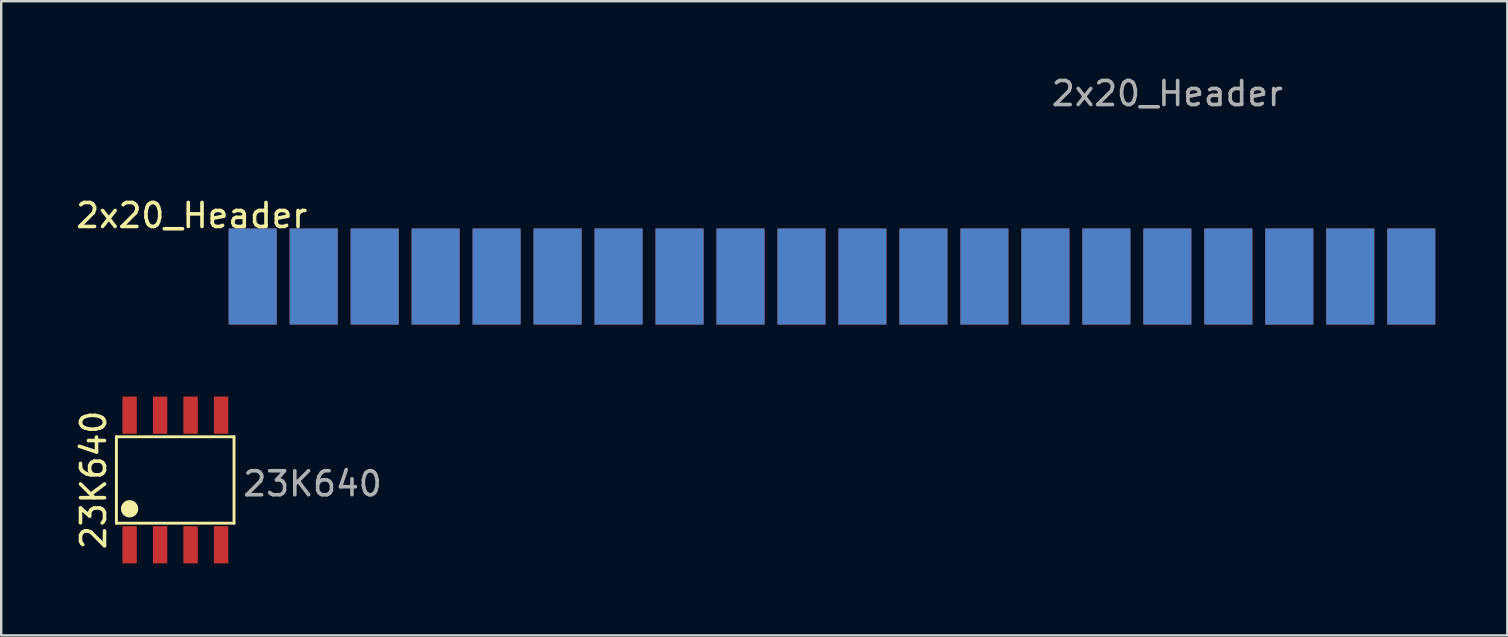
<source format=kicad_pcb>
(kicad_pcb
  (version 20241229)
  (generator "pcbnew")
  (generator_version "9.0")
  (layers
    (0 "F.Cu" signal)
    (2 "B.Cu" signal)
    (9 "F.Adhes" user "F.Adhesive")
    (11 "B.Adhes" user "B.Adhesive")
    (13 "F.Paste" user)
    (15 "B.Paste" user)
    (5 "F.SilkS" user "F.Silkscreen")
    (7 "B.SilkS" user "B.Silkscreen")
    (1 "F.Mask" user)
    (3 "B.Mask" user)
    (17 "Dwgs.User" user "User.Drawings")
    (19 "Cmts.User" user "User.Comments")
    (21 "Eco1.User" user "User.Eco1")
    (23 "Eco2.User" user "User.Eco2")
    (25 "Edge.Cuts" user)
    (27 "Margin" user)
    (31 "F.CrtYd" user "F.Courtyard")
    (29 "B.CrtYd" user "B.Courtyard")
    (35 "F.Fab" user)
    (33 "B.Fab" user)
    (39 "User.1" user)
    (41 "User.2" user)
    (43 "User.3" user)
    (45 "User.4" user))
  (footprint "2x20_Header"
    (layer "F.Cu")
    (at 7.475 8.468)
    (property "Reference" "2x20_Header" (at -2.54 -2.54 0) (unlocked yes) (layer "F.SilkS") (effects (font (size 1 1) (thickness 0.15))))
    (attr smd)
    (fp_text user "${REFERENCE}" (at 38.1 -7.62 0) (unlocked yes) (layer "F.Fab") (effects (font (size 1 1) (thickness 0.15))))
    (pad "1" smd rect (at 0 0) (size 2 4) (layers "F.Cu" "F.Mask" "F.Paste"))
    (pad "2" smd rect (at 0 0) (size 2 4) (layers "B.Cu" "B.Mask" "B.Paste"))
    (pad "3" smd rect (at 2.54 0) (size 2 4) (layers "F.Cu" "F.Mask" "F.Paste"))
    (pad "4" smd rect (at 2.54 0) (size 2 4) (layers "B.Cu" "B.Mask" "B.Paste"))
    (pad "5" smd rect (at 5.08 0) (size 2 4) (layers "F.Cu" "F.Mask" "F.Paste"))
    (pad "6" smd rect (at 5.08 0) (size 2 4) (layers "B.Cu" "B.Mask" "B.Paste"))
    (pad "7" smd rect (at 7.62 0) (size 2 4) (layers "F.Cu" "F.Mask" "F.Paste"))
    (pad "8" smd rect (at 7.62 0) (size 2 4) (layers "B.Cu" "B.Mask" "B.Paste"))
    (pad "9" smd rect (at 10.16 0) (size 2 4) (layers "F.Cu" "F.Mask" "F.Paste"))
    (pad "10" smd rect (at 10.16 0) (size 2 4) (layers "B.Cu" "B.Mask" "B.Paste"))
    (pad "11" smd rect (at 12.7 0) (size 2 4) (layers "F.Cu" "F.Mask" "F.Paste"))
    (pad "12" smd rect (at 12.7 0) (size 2 4) (layers "B.Cu" "B.Mask" "B.Paste"))
    (pad "13" smd rect (at 15.24 0) (size 2 4) (layers "F.Cu" "F.Mask" "F.Paste"))
    (pad "14" smd rect (at 15.24 0) (size 2 4) (layers "B.Cu" "B.Mask" "B.Paste"))
    (pad "15" smd rect (at 17.78 0) (size 2 4) (layers "F.Cu" "F.Mask" "F.Paste"))
    (pad "16" smd rect (at 17.78 0) (size 2 4) (layers "B.Cu" "B.Mask" "B.Paste"))
    (pad "17" smd rect (at 20.32 0) (size 2 4) (layers "F.Cu" "F.Mask" "F.Paste"))
    (pad "18" smd rect (at 20.32 0) (size 2 4) (layers "B.Cu" "B.Mask" "B.Paste"))
    (pad "19" smd rect (at 22.86 0) (size 2 4) (layers "F.Cu" "F.Mask" "F.Paste"))
    (pad "20" smd rect (at 22.86 0) (size 2 4) (layers "B.Cu" "B.Mask" "B.Paste"))
    (pad "21" smd rect (at 25.4 0) (size 2 4) (layers "F.Cu" "F.Mask" "F.Paste"))
    (pad "22" smd rect (at 25.4 0) (size 2 4) (layers "B.Cu" "B.Mask" "B.Paste"))
    (pad "23" smd rect (at 27.94 0) (size 2 4) (layers "F.Cu" "F.Mask" "F.Paste"))
    (pad "24" smd rect (at 27.94 0) (size 2 4) (layers "B.Cu" "B.Mask" "B.Paste"))
    (pad "25" smd rect (at 30.48 0) (size 2 4) (layers "F.Cu" "F.Mask" "F.Paste"))
    (pad "26" smd rect (at 30.48 0) (size 2 4) (layers "B.Cu" "B.Mask" "B.Paste"))
    (pad "27" smd rect (at 33.02 0) (size 2 4) (layers "F.Cu" "F.Mask" "F.Paste"))
    (pad "28" smd rect (at 33.02 0) (size 2 4) (layers "B.Cu" "B.Mask" "B.Paste"))
    (pad "29" smd rect (at 35.56 0) (size 2 4) (layers "F.Cu" "F.Mask" "F.Paste"))
    (pad "30" smd rect (at 35.56 0) (size 2 4) (layers "B.Cu" "B.Mask" "B.Paste"))
    (pad "31" smd rect (at 38.1 0) (size 2 4) (layers "F.Cu" "F.Mask" "F.Paste"))
    (pad "32" smd rect (at 38.1 0) (size 2 4) (layers "B.Cu" "B.Mask" "B.Paste"))
    (pad "33" smd rect (at 40.64 0) (size 2 4) (layers "F.Cu" "F.Mask" "F.Paste"))
    (pad "34" smd rect (at 40.64 0) (size 2 4) (layers "B.Cu" "B.Mask" "B.Paste"))
    (pad "35" smd rect (at 43.18 0) (size 2 4) (layers "F.Cu" "F.Mask" "F.Paste"))
    (pad "36" smd rect (at 43.18 0) (size 2 4) (layers "B.Cu" "B.Mask" "B.Paste"))
    (pad "37" smd rect (at 45.72 0) (size 2 4) (layers "F.Cu" "F.Mask" "F.Paste"))
    (pad "38" smd rect (at 45.72 0) (size 2 4) (layers "B.Cu" "B.Mask" "B.Paste"))
    (pad "39" smd rect (at 48.26 0) (size 2 4) (layers "F.Cu" "F.Mask" "F.Paste"))
    (pad "40" smd rect (at 48.26 0) (size 2 4) (layers "B.Cu" "B.Mask" "B.Paste")))
  (footprint "23K640"
    (layer "F.Cu")
    (at 2.348 19.643)
    (property "Reference" "23K640" (at -1.5 -2.7 90) (unlocked yes) (layer "F.SilkS") (effects (font (size 1 1) (thickness 0.15))))
    (attr smd)
    (fp_line (start -0.55 -4.5) (end -0.55 -0.9) (stroke (width 0.12) (type solid)) (layer "F.SilkS"))
    (fp_line (start 4.35 -4.5) (end -0.55 -4.5) (stroke (width 0.12) (type solid)) (layer "F.SilkS"))
    (fp_line (start 4.35 -4.5) (end 4.35 -0.9) (stroke (width 0.12) (type solid)) (layer "F.SilkS"))
    (fp_line (start 4.35 -0.9) (end -0.55 -0.9) (stroke (width 0.12) (type solid)) (layer "F.SilkS"))
    (fp_circle (center 0 -1.5) (end 0.3 -1.5) (stroke (width 0.12) (type solid)) (fill yes) (layer "F.SilkS"))
    (fp_text user "${REFERENCE}" (at 7.62 -2.54 0) (unlocked yes) (layer "F.Fab") (effects (font (size 1 1) (thickness 0.15))))
    (pad "1" smd rect (at 0 0) (size 0.6 1.55) (layers "F.Cu" "F.Mask" "F.Paste"))
    (pad "2" smd rect (at 1.27 0) (size 0.6 1.55) (layers "F.Cu" "F.Mask" "F.Paste"))
    (pad "3" smd rect (at 2.54 0) (size 0.6 1.55) (layers "F.Cu" "F.Mask" "F.Paste"))
    (pad "4" smd rect (at 3.81 0) (size 0.6 1.55) (layers "F.Cu" "F.Mask" "F.Paste"))
    (pad "5" smd rect (at 3.81 -5.4) (size 0.6 1.55) (layers "F.Cu" "F.Mask" "F.Paste"))
    (pad "6" smd rect (at 2.54 -5.4) (size 0.6 1.55) (layers "F.Cu" "F.Mask" "F.Paste"))
    (pad "7" smd rect (at 1.27 -5.4) (size 0.6 1.55) (layers "F.Cu" "F.Mask" "F.Paste"))
    (pad "8" smd rect (at 0 -5.4) (size 0.6 1.55) (layers "F.Cu" "F.Mask" "F.Paste")))
  (gr_rect
    (start -3 -3)
    (end 59.735 23.418)
    (stroke (width 0.1) (type default))
    (fill no)
    (layer "Edge.Cuts")))
</source>
